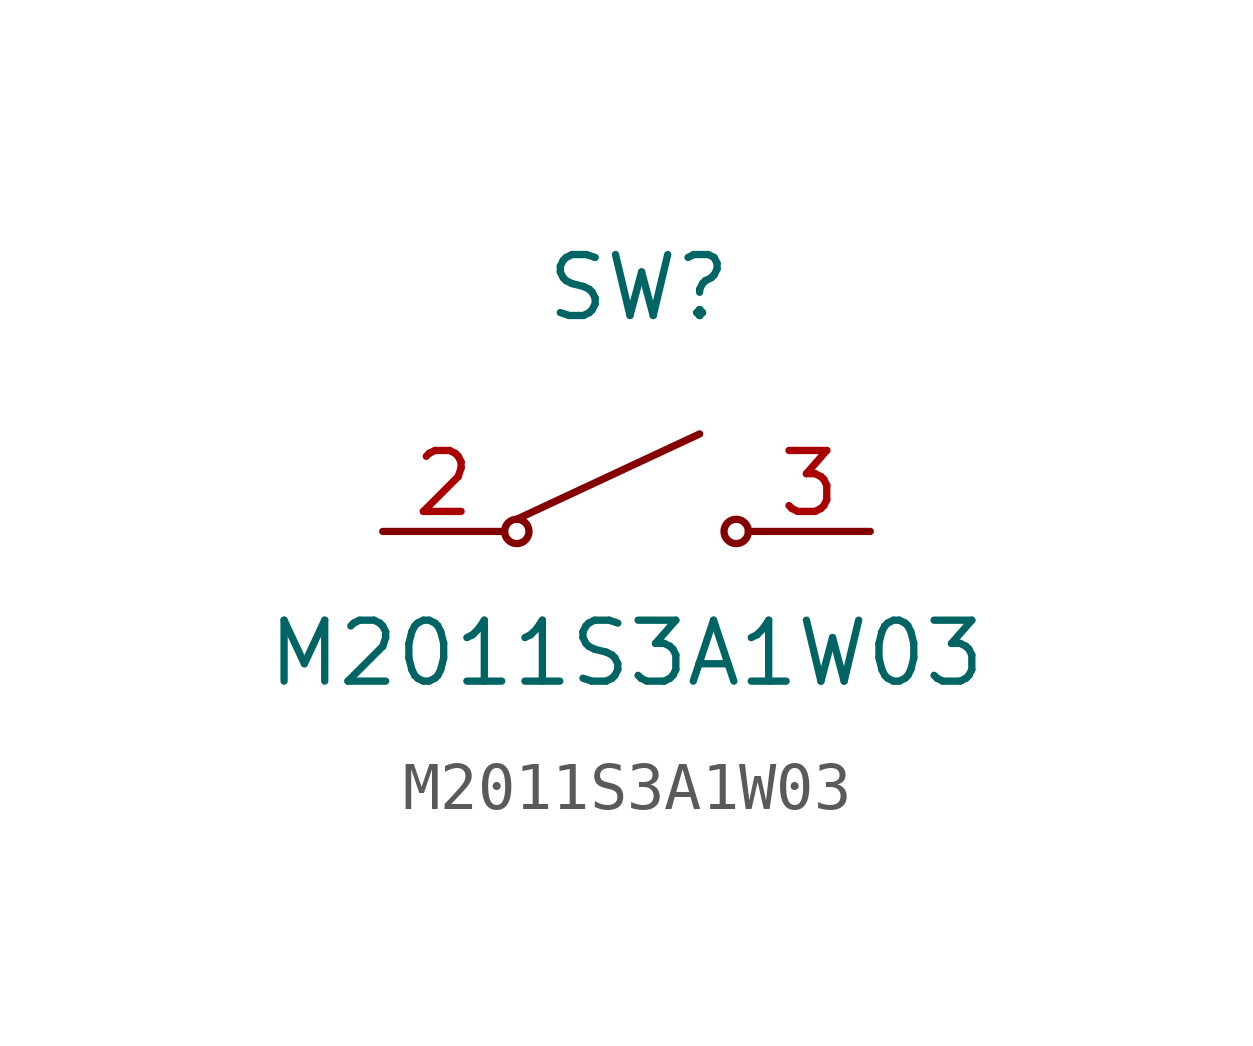
<source format=kicad_sym>
(kicad_symbol_lib
  (version 20231120)
  (generator "kicad_symbol_editor")
  (generator_version "8.0")
  (symbol "M2011S3A1W03"
    (pin_names hide)
    (property "Reference" "SW"
      (at 0.254 5.08 0)
      (effects (font (size 1.27 1.27))))
    (property "Value" "M2011S3A1W03"
      (at 0 -2.54 0)
      (effects (font (size 1.27 1.27))))
    (symbol "M2011S3A1W03_0_1"
      (circle (center -2.286 0) (radius 0.254) (stroke (width 0) (type default)) (fill (type none)))
      (polyline (pts (xy -2.286 0.254) (xy 1.524 2.032)) (stroke (width 0) (type default)) (fill (type none)))
      (circle (center 2.286 0) (radius 0.254) (stroke (width 0) (type default)) (fill (type none))))
    (symbol "M2011S3A1W03_1_1"
      (pin passive line (at -5.08 0 0) (length 2.54) (name "A" (effects (font (size 1.27 1.27)))) (number "2" (effects (font (size 1.27 1.27)))))
      (pin passive line (at 5.08 0 180) (length 2.54) (name "B" (effects (font (size 1.27 1.27)))) (number "3" (effects (font (size 1.27 1.27))))))))
</source>
